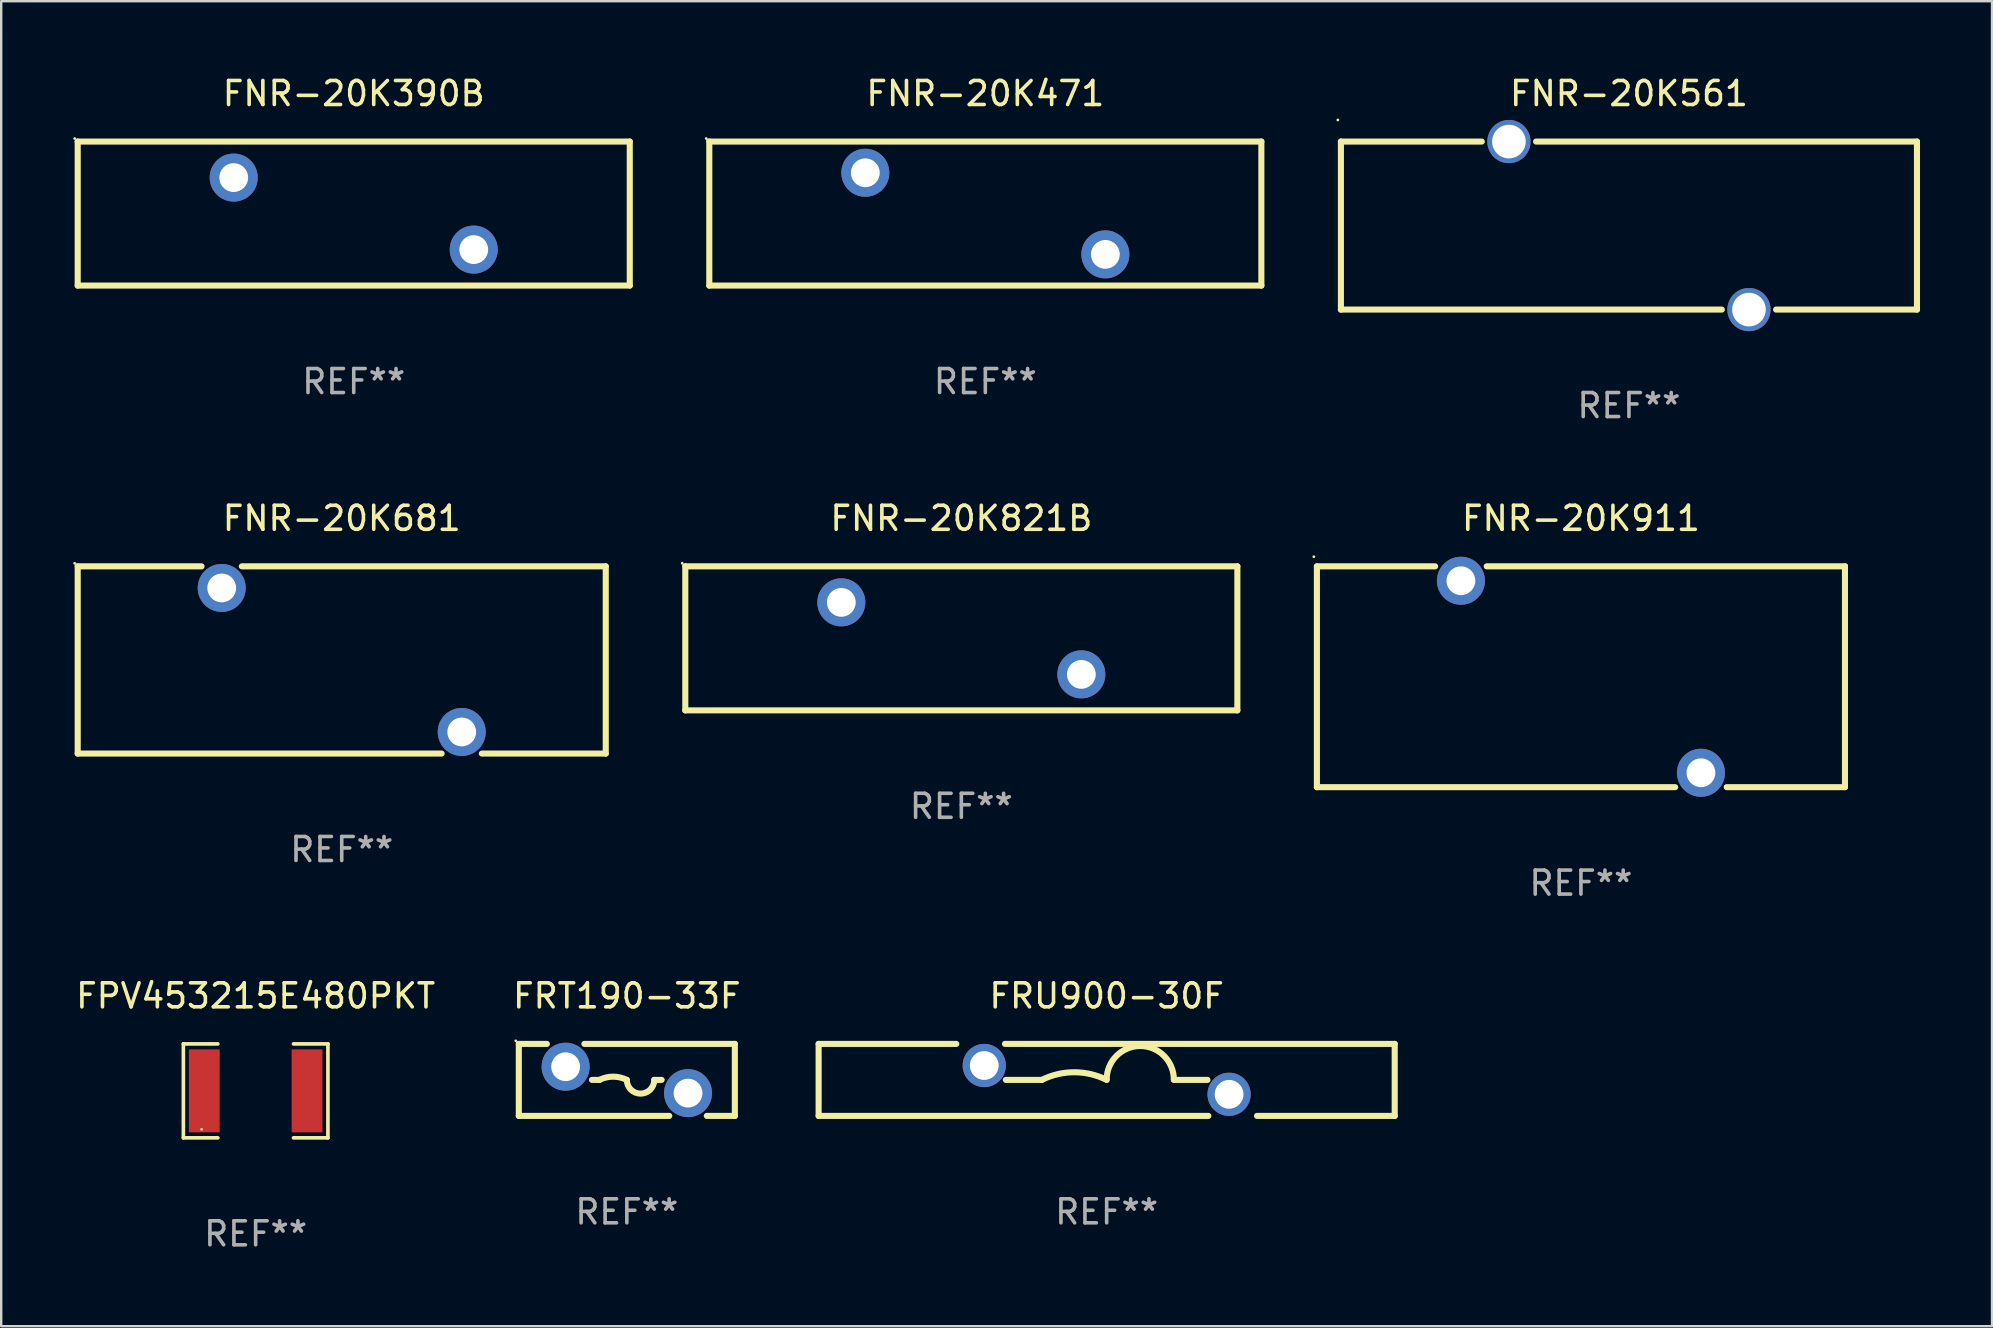
<source format=kicad_pcb>
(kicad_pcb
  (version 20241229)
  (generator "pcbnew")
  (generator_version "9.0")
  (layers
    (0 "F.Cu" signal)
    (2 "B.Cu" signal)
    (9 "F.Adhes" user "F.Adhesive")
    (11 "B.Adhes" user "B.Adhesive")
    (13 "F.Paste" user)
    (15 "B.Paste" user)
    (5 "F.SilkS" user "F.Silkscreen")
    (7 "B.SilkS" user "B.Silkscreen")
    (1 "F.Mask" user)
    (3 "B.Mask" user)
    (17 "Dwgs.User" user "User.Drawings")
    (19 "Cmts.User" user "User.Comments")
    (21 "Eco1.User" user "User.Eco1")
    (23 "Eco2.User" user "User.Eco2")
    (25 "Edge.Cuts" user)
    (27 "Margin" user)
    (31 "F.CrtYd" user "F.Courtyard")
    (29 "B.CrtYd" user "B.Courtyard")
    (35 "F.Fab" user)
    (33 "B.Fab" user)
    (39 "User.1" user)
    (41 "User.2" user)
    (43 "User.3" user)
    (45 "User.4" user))
  (footprint "FNR-20K561"
    (layer "F.Cu")
    (at 64.815 6.348)
    (property "Reference" "FNR-20K561" (at 0 -5.5 0) (layer "F.SilkS") (effects (font (size 1 1) (thickness 0.15))))
    (attr through_hole)
    (fp_line (start -12 -3.5) (end -6.131 -3.5) (stroke (width 0.254) (type solid)) (layer "F.SilkS"))
    (fp_line (start -12 3.5) (end -12 -3.5) (stroke (width 0.254) (type solid)) (layer "F.SilkS"))
    (fp_line (start -3.869 -3.5) (end 12 -3.5) (stroke (width 0.254) (type solid)) (layer "F.SilkS"))
    (fp_line (start 3.869 3.5) (end -12 3.5) (stroke (width 0.254) (type solid)) (layer "F.SilkS"))
    (fp_line (start 12 -3.5) (end 12 3.5) (stroke (width 0.254) (type solid)) (layer "F.SilkS"))
    (fp_line (start 12 3.5) (end 6.131 3.5) (stroke (width 0.254) (type solid)) (layer "F.SilkS"))
    (fp_circle (center -12.127 -4.4) (end -12.097 -4.4) (stroke (width 0.06) (type solid)) (fill no) (layer "F.SilkS"))
    (fp_text user "REF**" (at 0 7.5 0) (layer "F.Fab") (effects (font (size 1 1) (thickness 0.15))))
    (pad "1" thru_hole circle (at -5 -3.5) (size 1.8 1.8) (drill 1.4) (layers "*.Cu" "*.Mask"))
    (pad "2" thru_hole circle (at 5 3.5) (size 1.8 1.8) (drill 1.4) (layers "*.Cu" "*.Mask")))
  (footprint "FNR-20K681"
    (layer "F.Cu")
    (at 11.187 24.445)
    (property "Reference" "FNR-20K681" (at 0 -5.9 0) (layer "F.SilkS") (effects (font (size 1 1) (thickness 0.15))))
    (attr through_hole)
    (fp_line (start -11 -3.9) (end -11 3.9) (stroke (width 0.254) (type solid)) (layer "F.SilkS"))
    (fp_line (start -11 -3.9) (end -5.839 -3.9) (stroke (width 0.254) (type solid)) (layer "F.SilkS"))
    (fp_line (start -11 3.9) (end 4.161 3.9) (stroke (width 0.254) (type solid)) (layer "F.SilkS"))
    (fp_line (start -4.161 -3.9) (end 11 -3.9) (stroke (width 0.254) (type solid)) (layer "F.SilkS"))
    (fp_line (start 5.839 3.9) (end 11 3.9) (stroke (width 0.254) (type solid)) (layer "F.SilkS"))
    (fp_line (start 11 -3.9) (end 11 3.9) (stroke (width 0.254) (type solid)) (layer "F.SilkS"))
    (fp_circle (center -11.127 -4.027) (end -11.097 -4.027) (stroke (width 0.06) (type solid)) (fill no) (layer "F.SilkS"))
    (fp_text user "REF**" (at 0 7.9 0) (layer "F.Fab") (effects (font (size 1 1) (thickness 0.15))))
    (pad "1" thru_hole circle (at -5 -3) (size 2 2) (drill 1.2) (layers "*.Cu" "*.Mask"))
    (pad "2" thru_hole circle (at 5 3) (size 2 2) (drill 1.2) (layers "*.Cu" "*.Mask")))
  (footprint "FRU900-30F"
    (layer "F.Cu")
    (at 43.056 41.941)
    (property "Reference" "FRU900-30F" (at 0 -3.5 0) (layer "F.SilkS") (effects (font (size 1 1) (thickness 0.15))))
    (attr through_hole)
    (fp_line (start -12 -1.5) (end -12 1.5) (stroke (width 0.254) (type solid)) (layer "F.SilkS"))
    (fp_line (start -12 -1.5) (end -6.265 -1.5) (stroke (width 0.254) (type solid)) (layer "F.SilkS"))
    (fp_line (start -4.236 -1.5) (end 12 -1.5) (stroke (width 0.254) (type solid)) (layer "F.SilkS"))
    (fp_line (start -2.7 -0.000127) (end -4.2 -0.000127) (stroke (width 0.254) (type solid)) (layer "F.SilkS"))
    (fp_line (start 2.8 -0.000127) (end 4.2 -0.000127) (stroke (width 0.254) (type solid)) (layer "F.SilkS"))
    (fp_line (start 4.236 1.5) (end -12 1.5) (stroke (width 0.254) (type solid)) (layer "F.SilkS"))
    (fp_line (start 12 1.5) (end 6.264 1.5) (stroke (width 0.254) (type solid)) (layer "F.SilkS"))
    (fp_line (start 12 1.5) (end 12 -1.5) (stroke (width 0.254) (type solid)) (layer "F.SilkS"))
    (fp_arc (start -2.700025 -0.000127) (mid -1.350013 -0.318821) (end 0 -0.000127) (stroke (width 0.254001) (type solid)) (layer "F.SilkS"))
    (fp_arc (start 0 -0.012827) (mid 1.399543 -1.411862) (end 2.799086 -0.012827) (stroke (width 0.254001) (type solid)) (layer "F.SilkS"))
    (fp_circle (center -12.05 -1.5) (end -12.02 -1.5) (stroke (width 0.06) (type solid)) (fill no) (layer "F.SilkS"))
    (fp_text user "REF**" (at 0 5.5 0) (layer "F.Fab") (effects (font (size 1 1) (thickness 0.15))))
    (pad "1" thru_hole circle (at -5.1 -0.6) (size 1.8 1.8) (drill 1.2) (layers "*.Cu" "*.Mask"))
    (pad "2" thru_hole circle (at 5.1 0.6) (size 1.8 1.8) (drill 1.2) (layers "*.Cu" "*.Mask")))
  (footprint "FPV453215E480PKT"
    (layer "F.Cu")
    (at 7.601 42.398)
    (property "Reference" "FPV453215E480PKT" (at 0 -3.957 0) (layer "F.SilkS") (effects (font (size 1 1) (thickness 0.15))))
    (attr through_hole)
    (fp_line (start -3.011 -1.957) (end -1.576 -1.957) (stroke (width 0.152) (type solid)) (layer "F.SilkS"))
    (fp_line (start -3.011 1.957) (end -3.011 -1.957) (stroke (width 0.152) (type solid)) (layer "F.SilkS"))
    (fp_line (start -1.576 1.957) (end -3.011 1.957) (stroke (width 0.152) (type solid)) (layer "F.SilkS"))
    (fp_line (start 1.576 1.957) (end 3.011 1.957) (stroke (width 0.152) (type solid)) (layer "F.SilkS"))
    (fp_line (start 3.011 -1.957) (end 1.576 -1.957) (stroke (width 0.152) (type solid)) (layer "F.SilkS"))
    (fp_line (start 3.011 1.957) (end 3.011 -1.957) (stroke (width 0.152) (type solid)) (layer "F.SilkS"))
    (fp_circle (center -2.25 1.6) (end -2.22 1.6) (stroke (width 0.06) (type solid)) (fill no) (layer "F.SilkS"))
    (fp_text user "REF**" (at 0 5.957 0) (layer "F.Fab") (effects (font (size 1 1) (thickness 0.15))))
    (pad "1" smd rect (at -2.141 0) (size 1.283 3.456) (layers "F.Cu" "F.Mask" "F.Paste"))
    (pad "2" smd rect (at 2.141 0) (size 1.283 3.456) (layers "F.Cu" "F.Mask" "F.Paste")))
  (footprint "FNR-20K911"
    (layer "F.Cu")
    (at 62.815 25.145)
    (property "Reference" "FNR-20K911" (at 0 -6.6 0) (layer "F.SilkS") (effects (font (size 1 1) (thickness 0.15))))
    (attr through_hole)
    (fp_line (start -11 -4.6) (end -11 4.6) (stroke (width 0.254) (type solid)) (layer "F.SilkS"))
    (fp_line (start -11 -4.6) (end -6.075 -4.6) (stroke (width 0.254) (type solid)) (layer "F.SilkS"))
    (fp_line (start -11 4.6) (end 3.925 4.6) (stroke (width 0.254) (type solid)) (layer "F.SilkS"))
    (fp_line (start -3.925 -4.6) (end 11 -4.6) (stroke (width 0.254) (type solid)) (layer "F.SilkS"))
    (fp_line (start 6.075 4.6) (end 11 4.6) (stroke (width 0.254) (type solid)) (layer "F.SilkS"))
    (fp_line (start 11 -4.6) (end 11 4.6) (stroke (width 0.254) (type solid)) (layer "F.SilkS"))
    (fp_circle (center -11.127 -5) (end -11.097 -5) (stroke (width 0.06) (type solid)) (fill no) (layer "F.SilkS"))
    (fp_text user "REF**" (at 0 8.6 0) (layer "F.Fab") (effects (font (size 1 1) (thickness 0.15))))
    (pad "1" thru_hole circle (at -5 -4) (size 2 2) (drill 1.2) (layers "*.Cu" "*.Mask"))
    (pad "2" thru_hole circle (at 5 4) (size 2 2) (drill 1.2) (layers "*.Cu" "*.Mask")))
  (footprint "FRT190-33F"
    (layer "F.Cu")
    (at 23.065 41.941)
    (property "Reference" "FRT190-33F" (at 0 -3.5 0) (layer "F.SilkS") (effects (font (size 1 1) (thickness 0.15))))
    (attr through_hole)
    (fp_line (start -4.5 -1.5) (end -3.332 -1.5) (stroke (width 0.254) (type solid)) (layer "F.SilkS"))
    (fp_line (start -4.5 1.5) (end -4.5 -1.5) (stroke (width 0.254) (type solid)) (layer "F.SilkS"))
    (fp_line (start -4.5 1.5) (end 1.768 1.5) (stroke (width 0.254) (type solid)) (layer "F.SilkS"))
    (fp_line (start -1.768 -1.5) (end 4.5 -1.5) (stroke (width 0.254) (type solid)) (layer "F.SilkS"))
    (fp_line (start -1.449 0) (end -1.143 0) (stroke (width 0.254) (type solid)) (layer "F.SilkS"))
    (fp_line (start 1.449 0) (end 1.143 0) (stroke (width 0.254) (type solid)) (layer "F.SilkS"))
    (fp_line (start 3.332 1.5) (end 4.5 1.5) (stroke (width 0.254) (type solid)) (layer "F.SilkS"))
    (fp_line (start 4.5 -1.5) (end 4.5 1.5) (stroke (width 0.254) (type solid)) (layer "F.SilkS"))
    (fp_arc (start -1.143002 0) (mid -0.571501 -0.134913) (end 0 0) (stroke (width 0.254001) (type solid)) (layer "F.SilkS"))
    (fp_arc (start 1.143002 0) (mid 0.571501 0.571501) (end 0 0) (stroke (width 0.254001) (type solid)) (layer "F.SilkS"))
    (fp_circle (center -4.627 -1.627) (end -4.597 -1.627) (stroke (width 0.06) (type solid)) (fill no) (layer "F.SilkS"))
    (fp_text user "REF**" (at 0 5.5 0) (layer "F.Fab") (effects (font (size 1 1) (thickness 0.15))))
    (pad "1" thru_hole circle (at -2.55 -0.55) (size 2 2) (drill 1.2) (layers "*.Cu" "*.Mask"))
    (pad "2" thru_hole circle (at 2.55 0.55) (size 2 2) (drill 1.2) (layers "*.Cu" "*.Mask")))
  (footprint "FNR-20K471"
    (layer "F.Cu")
    (at 38.001 5.848)
    (property "Reference" "FNR-20K471" (at 0 -5 0) (layer "F.SilkS") (effects (font (size 1 1) (thickness 0.15))))
    (attr through_hole)
    (fp_line (start -11.5 -3) (end 11.5 -3) (stroke (width 0.254) (type solid)) (layer "F.SilkS"))
    (fp_line (start -11.5 3) (end -11.5 -3) (stroke (width 0.254) (type solid)) (layer "F.SilkS"))
    (fp_line (start 11.5 -3) (end 11.5 3) (stroke (width 0.254) (type solid)) (layer "F.SilkS"))
    (fp_line (start 11.5 3) (end -11.5 3) (stroke (width 0.254) (type solid)) (layer "F.SilkS"))
    (fp_circle (center -11.627 -3.127) (end -11.597 -3.127) (stroke (width 0.06) (type solid)) (fill no) (layer "F.SilkS"))
    (fp_text user "REF**" (at 0 7 0) (layer "F.Fab") (effects (font (size 1 1) (thickness 0.15))))
    (pad "1" thru_hole circle (at -5 -1.7) (size 2 2) (drill 1.2) (layers "*.Cu" "*.Mask"))
    (pad "2" thru_hole circle (at 5 1.7) (size 2 2) (drill 1.2) (layers "*.Cu" "*.Mask")))
  (footprint "FNR-20K821B"
    (layer "F.Cu")
    (at 37.001 23.545)
    (property "Reference" "FNR-20K821B" (at 0 -5 0) (layer "F.SilkS") (effects (font (size 1 1) (thickness 0.15))))
    (attr through_hole)
    (fp_line (start -11.5 -3) (end 11.5 -3) (stroke (width 0.254) (type solid)) (layer "F.SilkS"))
    (fp_line (start -11.5 3) (end -11.5 -3) (stroke (width 0.254) (type solid)) (layer "F.SilkS"))
    (fp_line (start 11.5 -3) (end 11.5 3) (stroke (width 0.254) (type solid)) (layer "F.SilkS"))
    (fp_line (start 11.5 3) (end -11.5 3) (stroke (width 0.254) (type solid)) (layer "F.SilkS"))
    (fp_circle (center -11.627 -3.127) (end -11.597 -3.127) (stroke (width 0.06) (type solid)) (fill no) (layer "F.SilkS"))
    (fp_text user "REF**" (at 0 7 0) (layer "F.Fab") (effects (font (size 1 1) (thickness 0.15))))
    (pad "1" thru_hole circle (at -5 -1.5) (size 2 2) (drill 1.2) (layers "*.Cu" "*.Mask"))
    (pad "2" thru_hole circle (at 5 1.5) (size 2 2) (drill 1.2) (layers "*.Cu" "*.Mask")))
  (footprint "FNR-20K390B"
    (layer "F.Cu")
    (at 11.687 5.848)
    (property "Reference" "FNR-20K390B" (at 0 -5 0) (layer "F.SilkS") (effects (font (size 1 1) (thickness 0.15))))
    (attr through_hole)
    (fp_line (start -11.5 -3) (end 11.5 -3) (stroke (width 0.254) (type solid)) (layer "F.SilkS"))
    (fp_line (start -11.5 3) (end -11.5 -3) (stroke (width 0.254) (type solid)) (layer "F.SilkS"))
    (fp_line (start 11.5 -3) (end 11.5 3) (stroke (width 0.254) (type solid)) (layer "F.SilkS"))
    (fp_line (start 11.5 3) (end -11.5 3) (stroke (width 0.254) (type solid)) (layer "F.SilkS"))
    (fp_circle (center -11.627 -3.127) (end -11.597 -3.127) (stroke (width 0.06) (type solid)) (fill no) (layer "F.SilkS"))
    (fp_text user "REF**" (at 0 7 0) (layer "F.Fab") (effects (font (size 1 1) (thickness 0.15))))
    (pad "1" thru_hole circle (at -5 -1.5) (size 2 2) (drill 1.2) (layers "*.Cu" "*.Mask"))
    (pad "2" thru_hole circle (at 5 1.5) (size 2 2) (drill 1.2) (layers "*.Cu" "*.Mask")))
  (gr_rect
    (start -3 -3)
    (end 79.942 52.203)
    (stroke (width 0.1) (type default))
    (fill no)
    (layer "Edge.Cuts")))
</source>
